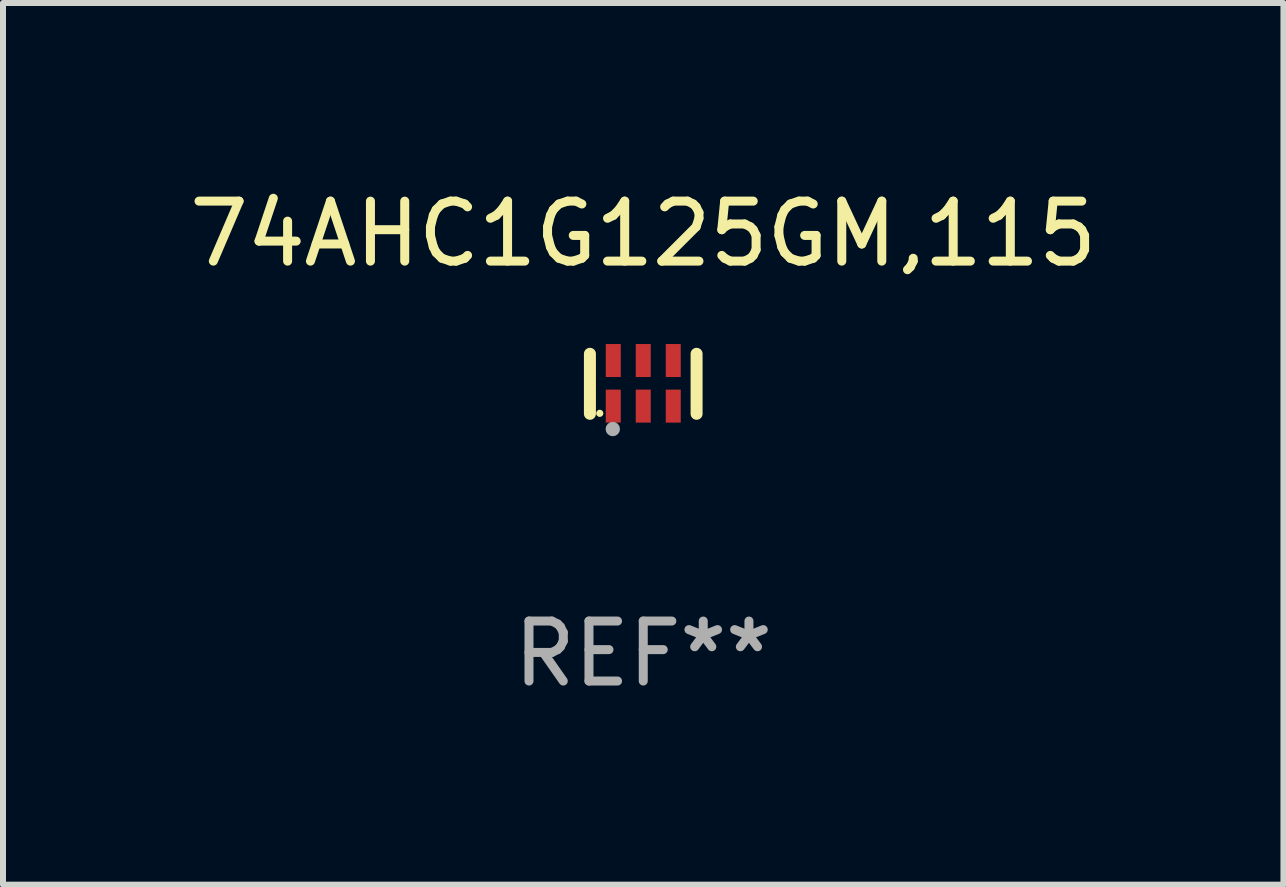
<source format=kicad_pcb>
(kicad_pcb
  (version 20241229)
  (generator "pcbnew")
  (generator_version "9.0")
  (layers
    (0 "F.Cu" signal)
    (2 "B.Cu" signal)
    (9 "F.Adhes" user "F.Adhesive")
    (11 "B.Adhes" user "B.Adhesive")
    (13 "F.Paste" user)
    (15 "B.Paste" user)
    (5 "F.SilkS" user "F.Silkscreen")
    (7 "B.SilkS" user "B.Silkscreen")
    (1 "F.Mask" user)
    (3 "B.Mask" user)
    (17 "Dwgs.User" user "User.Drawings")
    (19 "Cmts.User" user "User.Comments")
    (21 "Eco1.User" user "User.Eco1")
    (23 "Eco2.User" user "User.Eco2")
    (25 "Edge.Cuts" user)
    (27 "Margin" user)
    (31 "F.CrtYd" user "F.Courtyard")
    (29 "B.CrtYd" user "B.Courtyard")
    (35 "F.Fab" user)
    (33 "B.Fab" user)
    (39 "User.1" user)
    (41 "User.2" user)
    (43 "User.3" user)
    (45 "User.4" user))
  (footprint "74AHC1G125GM,115"
    (layer "F.Cu")
    (at 7.673 3.348)
    (property "Reference" "74AHC1G125GM,115" (at 0 -2.5 0) (layer "F.SilkS") (effects (font (size 1 1) (thickness 0.15))))
    (attr through_hole)
    (fp_line (start -0.889 0.5) (end -0.889 -0.5) (stroke (width 0.2) (type solid)) (layer "F.SilkS"))
    (fp_line (start 0.889 0.5) (end 0.889 -0.5) (stroke (width 0.2) (type solid)) (layer "F.SilkS"))
    (fp_circle (center -0.725 0.492) (end -0.695 0.492) (stroke (width 0.06) (type solid)) (fill no) (layer "F.SilkS"))
    (fp_circle (center -0.508 0.754) (end -0.448 0.754) (stroke (width 0.12) (type solid)) (fill no) (layer "F.Fab"))
    (fp_text user "REF**" (at 0 4.5 0) (layer "F.Fab") (effects (font (size 1 1) (thickness 0.15))))
    (pad "1" smd rect (at -0.5 0.372) (size 0.25 0.55) (layers "F.Cu" "F.Mask" "F.Paste"))
    (pad "2" smd rect (at -0.000127 0.372) (size 0.25 0.55) (layers "F.Cu" "F.Mask" "F.Paste"))
    (pad "3" smd rect (at 0.5 0.372) (size 0.25 0.55) (layers "F.Cu" "F.Mask" "F.Paste"))
    (pad "4" smd rect (at 0.5 -0.388 180) (size 0.25 0.55) (layers "F.Cu" "F.Mask" "F.Paste"))
    (pad "5" smd rect (at -0.000127 -0.388 180) (size 0.25 0.55) (layers "F.Cu" "F.Mask" "F.Paste"))
    (pad "6" smd rect (at -0.5 -0.388 180) (size 0.25 0.55) (layers "F.Cu" "F.Mask" "F.Paste")))
  (gr_rect
    (start -3 -3)
    (end 18.345 11.697)
    (stroke (width 0.1) (type default))
    (fill no)
    (layer "Edge.Cuts")))
</source>
